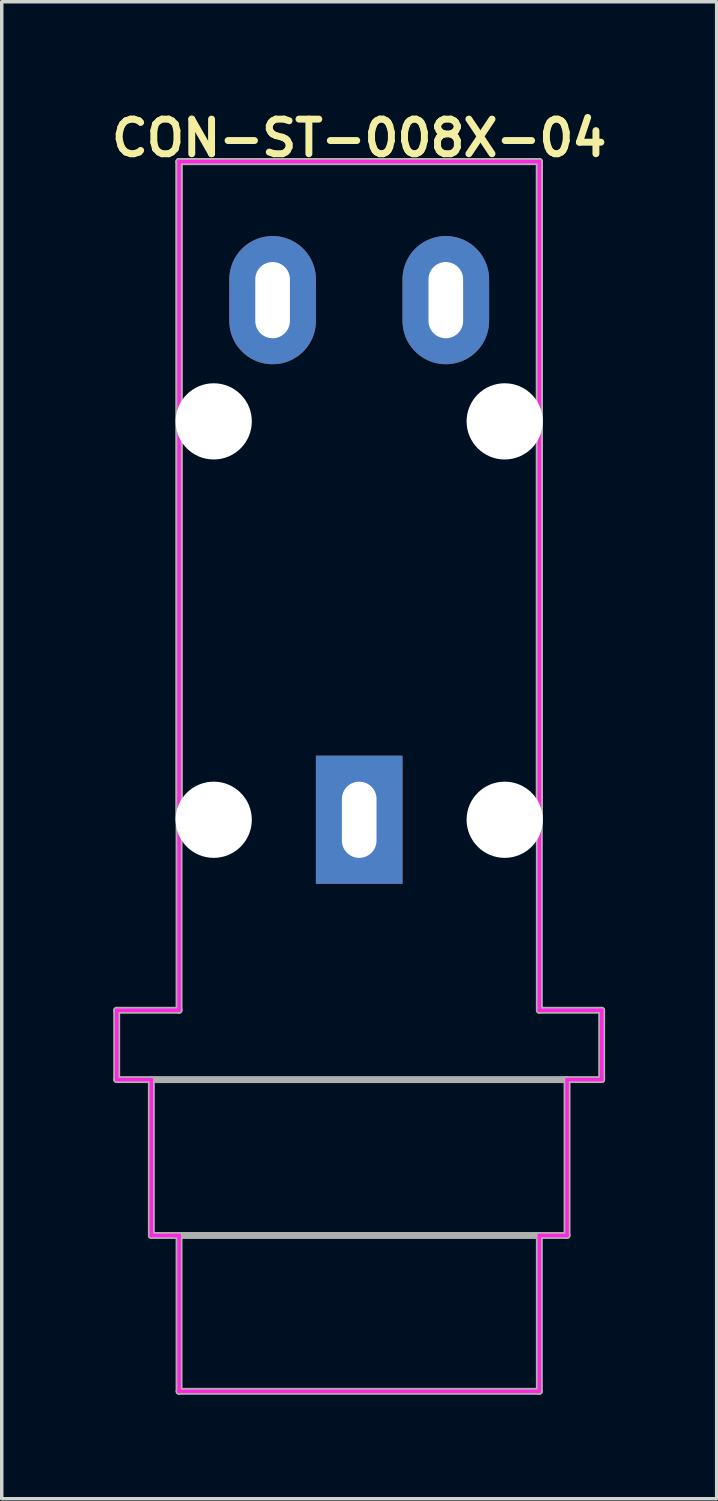
<source format=kicad_pcb>
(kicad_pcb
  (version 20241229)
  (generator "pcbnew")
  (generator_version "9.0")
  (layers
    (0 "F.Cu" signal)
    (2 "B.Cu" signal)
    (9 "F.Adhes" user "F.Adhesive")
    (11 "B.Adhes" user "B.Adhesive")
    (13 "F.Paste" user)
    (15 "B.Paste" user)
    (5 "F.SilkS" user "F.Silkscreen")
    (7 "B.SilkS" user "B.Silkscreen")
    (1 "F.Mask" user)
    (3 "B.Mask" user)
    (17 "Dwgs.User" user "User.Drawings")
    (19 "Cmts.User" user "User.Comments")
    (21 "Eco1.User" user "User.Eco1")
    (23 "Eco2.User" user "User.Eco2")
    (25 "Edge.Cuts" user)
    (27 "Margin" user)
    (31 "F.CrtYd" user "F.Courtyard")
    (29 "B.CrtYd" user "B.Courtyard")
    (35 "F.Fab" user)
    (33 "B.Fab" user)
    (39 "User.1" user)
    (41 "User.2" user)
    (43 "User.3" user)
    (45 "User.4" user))
  (footprint "CON-ST-008X-04"
    (layer "F.Cu")
    (at 7.319 28.114)
    (property "Reference" "CON-ST-008X-04" (at 0 -27.178 0) (layer "F.SilkS") (effects (font (size 1 1) (thickness 0.2))))
    (attr through_hole)
    (fp_line (start -5.2 -26.5) (end -5.2 -7.5) (stroke (width 0.2) (type solid)) (layer "F.SilkS"))
    (fp_line (start -5.2 -26.5) (end 5.2 -26.5) (stroke (width 0.2) (type solid)) (layer "F.SilkS"))
    (fp_line (start 5.2 -26.5) (end 5.2 -7.5) (stroke (width 0.2) (type solid)) (layer "F.SilkS"))
    (fp_line (start -7 -2) (end -7 0) (stroke (width 0.1) (type solid)) (layer "F.CrtYd"))
    (fp_line (start -7 -2) (end -5.2 -2) (stroke (width 0.1) (type solid)) (layer "F.CrtYd"))
    (fp_line (start -7 0) (end -6 0) (stroke (width 0.1) (type solid)) (layer "F.CrtYd"))
    (fp_line (start -6 0) (end -6 4.5) (stroke (width 0.1) (type solid)) (layer "F.CrtYd"))
    (fp_line (start -6 4.5) (end -5.2 4.5) (stroke (width 0.1) (type solid)) (layer "F.CrtYd"))
    (fp_line (start -5.2 -26.5) (end -5.2 -2) (stroke (width 0.1) (type solid)) (layer "F.CrtYd"))
    (fp_line (start -5.2 -26.5) (end 5.2 -26.5) (stroke (width 0.1) (type solid)) (layer "F.CrtYd"))
    (fp_line (start -5.2 4.5) (end -5.2 9) (stroke (width 0.1) (type solid)) (layer "F.CrtYd"))
    (fp_line (start -5.2 9) (end 5.2 9) (stroke (width 0.1) (type solid)) (layer "F.CrtYd"))
    (fp_line (start 5.2 -26.5) (end 5.2 -2) (stroke (width 0.1) (type solid)) (layer "F.CrtYd"))
    (fp_line (start 5.2 -2) (end 7 -2) (stroke (width 0.1) (type solid)) (layer "F.CrtYd"))
    (fp_line (start 5.2 4.5) (end 5.2 9) (stroke (width 0.1) (type solid)) (layer "F.CrtYd"))
    (fp_line (start 5.2 4.5) (end 6 4.5) (stroke (width 0.1) (type solid)) (layer "F.CrtYd"))
    (fp_line (start 6 0) (end 6 4.5) (stroke (width 0.1) (type solid)) (layer "F.CrtYd"))
    (fp_line (start 6 0) (end 7 0) (stroke (width 0.1) (type solid)) (layer "F.CrtYd"))
    (fp_line (start 7 -2) (end 7 0) (stroke (width 0.1) (type solid)) (layer "F.CrtYd"))
    (fp_line (start -7 -2) (end -7 0) (stroke (width 0.2) (type solid)) (layer "F.Fab"))
    (fp_line (start -7 -2) (end -5.2 -2) (stroke (width 0.2) (type solid)) (layer "F.Fab"))
    (fp_line (start -7 0) (end 7 0) (stroke (width 0.2) (type solid)) (layer "F.Fab"))
    (fp_line (start -6 0) (end -6 4.5) (stroke (width 0.2) (type solid)) (layer "F.Fab"))
    (fp_line (start -6 4.5) (end 6 4.5) (stroke (width 0.2) (type solid)) (layer "F.Fab"))
    (fp_line (start -5.2 -26.5) (end -5.2 -2) (stroke (width 0.2) (type solid)) (layer "F.Fab"))
    (fp_line (start -5.2 -26.5) (end 5.2 -26.5) (stroke (width 0.2) (type solid)) (layer "F.Fab"))
    (fp_line (start -5.2 4.5) (end -5.2 9) (stroke (width 0.2) (type solid)) (layer "F.Fab"))
    (fp_line (start -5.2 9) (end 5.2 9) (stroke (width 0.2) (type solid)) (layer "F.Fab"))
    (fp_line (start 5.2 -26.5) (end 5.2 -2) (stroke (width 0.2) (type solid)) (layer "F.Fab"))
    (fp_line (start 5.2 -2) (end 7 -2) (stroke (width 0.2) (type solid)) (layer "F.Fab"))
    (fp_line (start 5.2 4.5) (end 5.2 9) (stroke (width 0.2) (type solid)) (layer "F.Fab"))
    (fp_line (start 6 0) (end 6 4.5) (stroke (width 0.2) (type solid)) (layer "F.Fab"))
    (fp_line (start 7 -2) (end 7 0) (stroke (width 0.2) (type solid)) (layer "F.Fab"))
    (pad "" np_thru_hole circle (at -4.2 -19) (size 2.2 2.2) (drill 2.2) (layers "*.Cu" "*.Mask"))
    (pad "" np_thru_hole circle (at -4.2 -7.5) (size 2.2 2.2) (drill 2.2) (layers "*.Cu" "*.Mask"))
    (pad "" np_thru_hole circle (at 4.2 -19) (size 2.2 2.2) (drill 2.2) (layers "*.Cu" "*.Mask"))
    (pad "" np_thru_hole circle (at 4.2 -7.5) (size 2.2 2.2) (drill 2.2) (layers "*.Cu" "*.Mask"))
    (pad "R" thru_hole oval (at -2.5 -22.5) (size 2.5 3.7) (drill oval 1 2.2) (layers "*.Cu" "*.Mask"))
    (pad "S" thru_hole rect (at 0 -7.5) (size 2.5 3.7) (drill oval 1 2.2) (layers "*.Cu" "*.Mask"))
    (pad "T" thru_hole oval (at 2.5 -22.5) (size 2.5 3.7) (drill oval 1 2.2) (layers "*.Cu" "*.Mask")))
  (gr_rect
    (start -3 -3)
    (end 17.638 40.214)
    (stroke (width 0.1) (type default))
    (fill no)
    (layer "Edge.Cuts")))
</source>
